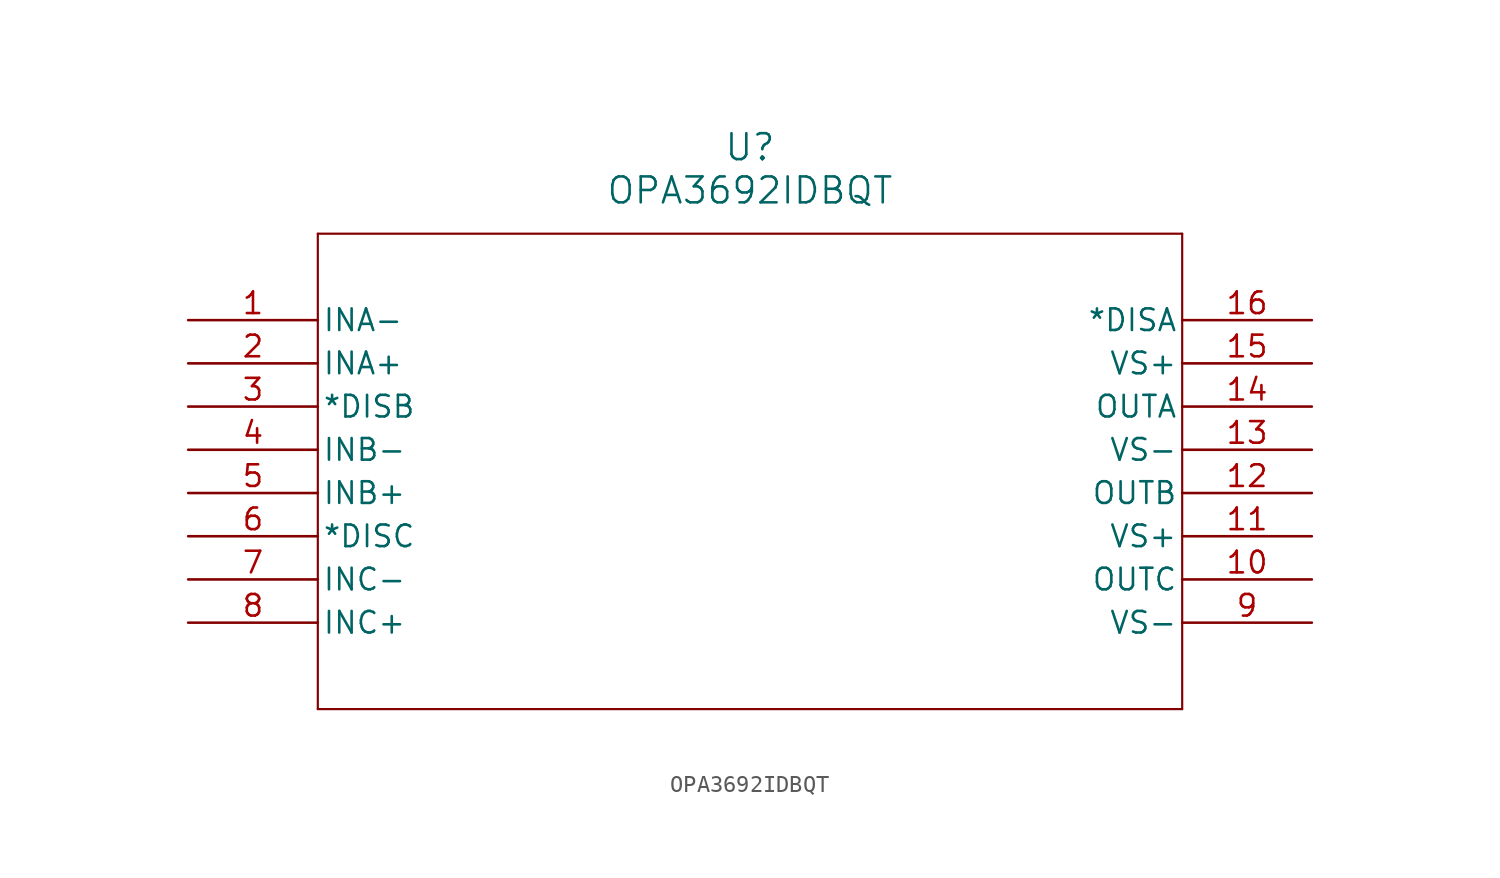
<source format=kicad_sym>
(kicad_symbol_lib
  (version 20220914)
  (generator kicad_symbol_editor)
  (symbol "OPA3692IDBQT"
    (pin_names
      (offset 0.254))
    (property "Reference" "U"
      (at 33.02 10.16 0)
      (effects (font (size 1.524 1.524))))
    (property "Value" "OPA3692IDBQT"
      (at 33.02 7.62 0)
      (effects (font (size 1.524 1.524))))
    (symbol "OPA3692IDBQT_0_1"
      (polyline (pts (xy 7.62 -22.86) (xy 58.42 -22.86)) (stroke (width 0.127) (type default)) (fill (type none)))
      (polyline (pts (xy 7.62 5.08) (xy 7.62 -22.86)) (stroke (width 0.127) (type default)) (fill (type none)))
      (polyline (pts (xy 58.42 -22.86) (xy 58.42 5.08)) (stroke (width 0.127) (type default)) (fill (type none)))
      (polyline (pts (xy 58.42 5.08) (xy 7.62 5.08)) (stroke (width 0.127) (type default)) (fill (type none)))
      (pin input line (at 0 0 0) (length 7.62) (name "INA-" (effects (font (size 1.27 1.27)))) (number "1" (effects (font (size 1.27 1.27)))))
      (pin output line (at 66.04 -15.24 180) (length 7.62) (name "OUTC" (effects (font (size 1.27 1.27)))) (number "10" (effects (font (size 1.27 1.27)))))
      (pin power_in line (at 66.04 -12.7 180) (length 7.62) (name "VS+" (effects (font (size 1.27 1.27)))) (number "11" (effects (font (size 1.27 1.27)))))
      (pin output line (at 66.04 -10.16 180) (length 7.62) (name "OUTB" (effects (font (size 1.27 1.27)))) (number "12" (effects (font (size 1.27 1.27)))))
      (pin power_in line (at 66.04 -7.62 180) (length 7.62) (name "VS-" (effects (font (size 1.27 1.27)))) (number "13" (effects (font (size 1.27 1.27)))))
      (pin output line (at 66.04 -5.08 180) (length 7.62) (name "OUTA" (effects (font (size 1.27 1.27)))) (number "14" (effects (font (size 1.27 1.27)))))
      (pin power_in line (at 66.04 -2.54 180) (length 7.62) (name "VS+" (effects (font (size 1.27 1.27)))) (number "15" (effects (font (size 1.27 1.27)))))
      (pin unspecified line (at 66.04 0 180) (length 7.62) (name "*DISA" (effects (font (size 1.27 1.27)))) (number "16" (effects (font (size 1.27 1.27)))))
      (pin input line (at 0 -2.54 0) (length 7.62) (name "INA+" (effects (font (size 1.27 1.27)))) (number "2" (effects (font (size 1.27 1.27)))))
      (pin unspecified line (at 0 -5.08 0) (length 7.62) (name "*DISB" (effects (font (size 1.27 1.27)))) (number "3" (effects (font (size 1.27 1.27)))))
      (pin input line (at 0 -7.62 0) (length 7.62) (name "INB-" (effects (font (size 1.27 1.27)))) (number "4" (effects (font (size 1.27 1.27)))))
      (pin input line (at 0 -10.16 0) (length 7.62) (name "INB+" (effects (font (size 1.27 1.27)))) (number "5" (effects (font (size 1.27 1.27)))))
      (pin unspecified line (at 0 -12.7 0) (length 7.62) (name "*DISC" (effects (font (size 1.27 1.27)))) (number "6" (effects (font (size 1.27 1.27)))))
      (pin input line (at 0 -15.24 0) (length 7.62) (name "INC-" (effects (font (size 1.27 1.27)))) (number "7" (effects (font (size 1.27 1.27)))))
      (pin input line (at 0 -17.78 0) (length 7.62) (name "INC+" (effects (font (size 1.27 1.27)))) (number "8" (effects (font (size 1.27 1.27)))))
      (pin power_in line (at 66.04 -17.78 180) (length 7.62) (name "VS-" (effects (font (size 1.27 1.27)))) (number "9" (effects (font (size 1.27 1.27))))))))
</source>
